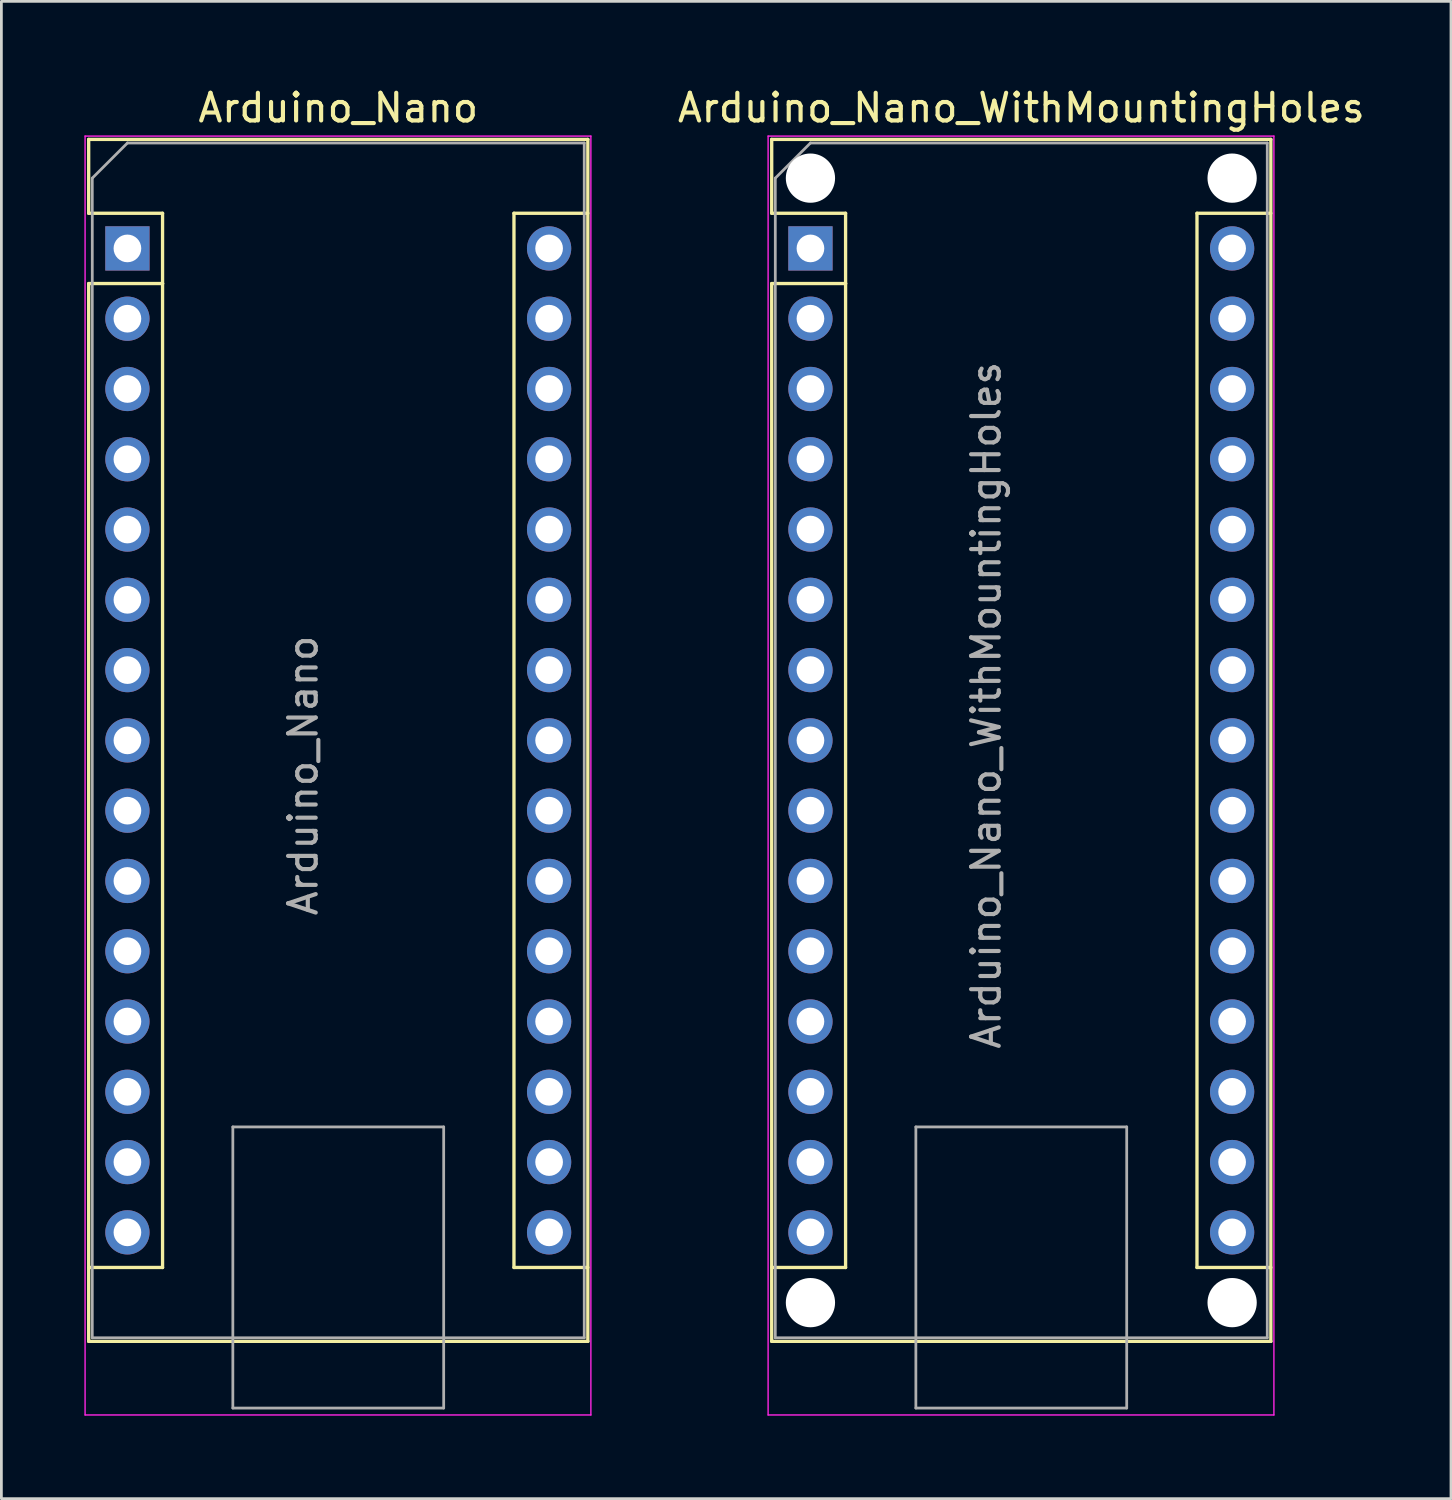
<source format=kicad_pcb>
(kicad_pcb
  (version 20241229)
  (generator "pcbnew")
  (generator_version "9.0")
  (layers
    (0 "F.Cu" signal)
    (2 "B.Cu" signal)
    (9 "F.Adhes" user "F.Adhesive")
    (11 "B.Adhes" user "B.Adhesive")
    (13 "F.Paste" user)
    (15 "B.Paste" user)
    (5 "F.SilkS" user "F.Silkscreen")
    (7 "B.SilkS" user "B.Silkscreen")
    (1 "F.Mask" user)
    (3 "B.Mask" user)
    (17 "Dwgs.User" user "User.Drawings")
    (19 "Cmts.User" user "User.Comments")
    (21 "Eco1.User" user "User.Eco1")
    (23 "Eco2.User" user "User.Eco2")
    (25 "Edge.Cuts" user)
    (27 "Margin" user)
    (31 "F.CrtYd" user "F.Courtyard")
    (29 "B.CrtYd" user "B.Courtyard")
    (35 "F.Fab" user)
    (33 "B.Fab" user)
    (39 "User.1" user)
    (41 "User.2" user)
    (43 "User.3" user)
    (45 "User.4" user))
  (footprint "Arduino_Nano"
    (layer "F.Cu")
    (at 1.555 5.928)
    (property "Reference" "Arduino_Nano" (at 7.62 -5.08 0) (layer "F.SilkS") (effects (font (size 1 1) (thickness 0.15))))
    (attr through_hole)
    (fp_line (start -1.4 -3.94) (end -1.4 -1.27) (stroke (width 0.12) (type solid)) (layer "F.SilkS"))
    (fp_line (start -1.4 1.27) (end -1.4 39.5) (stroke (width 0.12) (type solid)) (layer "F.SilkS"))
    (fp_line (start -1.4 39.5) (end 16.64 39.5) (stroke (width 0.12) (type solid)) (layer "F.SilkS"))
    (fp_line (start 1.27 -1.27) (end -1.4 -1.27) (stroke (width 0.12) (type solid)) (layer "F.SilkS"))
    (fp_line (start 1.27 1.27) (end -1.4 1.27) (stroke (width 0.12) (type solid)) (layer "F.SilkS"))
    (fp_line (start 1.27 1.27) (end 1.27 -1.27) (stroke (width 0.12) (type solid)) (layer "F.SilkS"))
    (fp_line (start 1.27 1.27) (end 1.27 36.83) (stroke (width 0.12) (type solid)) (layer "F.SilkS"))
    (fp_line (start 1.27 36.83) (end -1.4 36.83) (stroke (width 0.12) (type solid)) (layer "F.SilkS"))
    (fp_line (start 13.97 -1.27) (end 13.97 36.83) (stroke (width 0.12) (type solid)) (layer "F.SilkS"))
    (fp_line (start 13.97 -1.27) (end 16.64 -1.27) (stroke (width 0.12) (type solid)) (layer "F.SilkS"))
    (fp_line (start 13.97 36.83) (end 16.64 36.83) (stroke (width 0.12) (type solid)) (layer "F.SilkS"))
    (fp_line (start 16.64 -3.94) (end -1.4 -3.94) (stroke (width 0.12) (type solid)) (layer "F.SilkS"))
    (fp_line (start 16.64 39.5) (end 16.64 -3.94) (stroke (width 0.12) (type solid)) (layer "F.SilkS"))
    (fp_line (start -1.53 -4.06) (end -1.53 42.16) (stroke (width 0.05) (type solid)) (layer "F.CrtYd"))
    (fp_line (start -1.53 -4.06) (end 16.75 -4.06) (stroke (width 0.05) (type solid)) (layer "F.CrtYd"))
    (fp_line (start 16.75 42.16) (end -1.53 42.16) (stroke (width 0.05) (type solid)) (layer "F.CrtYd"))
    (fp_line (start 16.75 42.16) (end 16.75 -4.06) (stroke (width 0.05) (type solid)) (layer "F.CrtYd"))
    (fp_line (start -1.27 -2.54) (end 0 -3.81) (stroke (width 0.1) (type solid)) (layer "F.Fab"))
    (fp_line (start -1.27 39.37) (end -1.27 -2.54) (stroke (width 0.1) (type solid)) (layer "F.Fab"))
    (fp_line (start 0 -3.81) (end 16.51 -3.81) (stroke (width 0.1) (type solid)) (layer "F.Fab"))
    (fp_line (start 3.81 31.75) (end 11.43 31.75) (stroke (width 0.1) (type solid)) (layer "F.Fab"))
    (fp_line (start 3.81 41.91) (end 3.81 31.75) (stroke (width 0.1) (type solid)) (layer "F.Fab"))
    (fp_line (start 11.43 31.75) (end 11.43 41.91) (stroke (width 0.1) (type solid)) (layer "F.Fab"))
    (fp_line (start 11.43 41.91) (end 3.81 41.91) (stroke (width 0.1) (type solid)) (layer "F.Fab"))
    (fp_line (start 16.51 -3.81) (end 16.51 39.37) (stroke (width 0.1) (type solid)) (layer "F.Fab"))
    (fp_line (start 16.51 39.37) (end -1.27 39.37) (stroke (width 0.1) (type solid)) (layer "F.Fab"))
    (fp_text user "${REFERENCE}" (at 6.35 19.05 90) (layer "F.Fab") (effects (font (size 1 1) (thickness 0.15))))
    (pad "1" thru_hole rect (at 0 0) (size 1.6 1.6) (drill 1) (layers "*.Cu" "*.Mask"))
    (pad "2" thru_hole oval (at 0 2.54) (size 1.6 1.6) (drill 1) (layers "*.Cu" "*.Mask"))
    (pad "3" thru_hole oval (at 0 5.08) (size 1.6 1.6) (drill 1) (layers "*.Cu" "*.Mask"))
    (pad "4" thru_hole oval (at 0 7.62) (size 1.6 1.6) (drill 1) (layers "*.Cu" "*.Mask"))
    (pad "5" thru_hole oval (at 0 10.16) (size 1.6 1.6) (drill 1) (layers "*.Cu" "*.Mask"))
    (pad "6" thru_hole oval (at 0 12.7) (size 1.6 1.6) (drill 1) (layers "*.Cu" "*.Mask"))
    (pad "7" thru_hole oval (at 0 15.24) (size 1.6 1.6) (drill 1) (layers "*.Cu" "*.Mask"))
    (pad "8" thru_hole oval (at 0 17.78) (size 1.6 1.6) (drill 1) (layers "*.Cu" "*.Mask"))
    (pad "9" thru_hole oval (at 0 20.32) (size 1.6 1.6) (drill 1) (layers "*.Cu" "*.Mask"))
    (pad "10" thru_hole oval (at 0 22.86) (size 1.6 1.6) (drill 1) (layers "*.Cu" "*.Mask"))
    (pad "11" thru_hole oval (at 0 25.4) (size 1.6 1.6) (drill 1) (layers "*.Cu" "*.Mask"))
    (pad "12" thru_hole oval (at 0 27.94) (size 1.6 1.6) (drill 1) (layers "*.Cu" "*.Mask"))
    (pad "13" thru_hole oval (at 0 30.48) (size 1.6 1.6) (drill 1) (layers "*.Cu" "*.Mask"))
    (pad "14" thru_hole oval (at 0 33.02) (size 1.6 1.6) (drill 1) (layers "*.Cu" "*.Mask"))
    (pad "15" thru_hole oval (at 0 35.56) (size 1.6 1.6) (drill 1) (layers "*.Cu" "*.Mask"))
    (pad "16" thru_hole oval (at 15.24 35.56) (size 1.6 1.6) (drill 1) (layers "*.Cu" "*.Mask"))
    (pad "17" thru_hole oval (at 15.24 33.02) (size 1.6 1.6) (drill 1) (layers "*.Cu" "*.Mask"))
    (pad "18" thru_hole oval (at 15.24 30.48) (size 1.6 1.6) (drill 1) (layers "*.Cu" "*.Mask"))
    (pad "19" thru_hole oval (at 15.24 27.94) (size 1.6 1.6) (drill 1) (layers "*.Cu" "*.Mask"))
    (pad "20" thru_hole oval (at 15.24 25.4) (size 1.6 1.6) (drill 1) (layers "*.Cu" "*.Mask"))
    (pad "21" thru_hole oval (at 15.24 22.86) (size 1.6 1.6) (drill 1) (layers "*.Cu" "*.Mask"))
    (pad "22" thru_hole oval (at 15.24 20.32) (size 1.6 1.6) (drill 1) (layers "*.Cu" "*.Mask"))
    (pad "23" thru_hole oval (at 15.24 17.78) (size 1.6 1.6) (drill 1) (layers "*.Cu" "*.Mask"))
    (pad "24" thru_hole oval (at 15.24 15.24) (size 1.6 1.6) (drill 1) (layers "*.Cu" "*.Mask"))
    (pad "25" thru_hole oval (at 15.24 12.7) (size 1.6 1.6) (drill 1) (layers "*.Cu" "*.Mask"))
    (pad "26" thru_hole oval (at 15.24 10.16) (size 1.6 1.6) (drill 1) (layers "*.Cu" "*.Mask"))
    (pad "27" thru_hole oval (at 15.24 7.62) (size 1.6 1.6) (drill 1) (layers "*.Cu" "*.Mask"))
    (pad "28" thru_hole oval (at 15.24 5.08) (size 1.6 1.6) (drill 1) (layers "*.Cu" "*.Mask"))
    (pad "29" thru_hole oval (at 15.24 2.54) (size 1.6 1.6) (drill 1) (layers "*.Cu" "*.Mask"))
    (pad "30" thru_hole oval (at 15.24 0) (size 1.6 1.6) (drill 1) (layers "*.Cu" "*.Mask")))
  (footprint "Arduino_Nano_WithMountingHoles"
    (layer "F.Cu")
    (at 26.24 5.928)
    (property "Reference" "Arduino_Nano_WithMountingHoles" (at 7.62 -5.08 0) (layer "F.SilkS") (effects (font (size 1 1) (thickness 0.15))))
    (attr through_hole)
    (fp_line (start -1.4 -3.94) (end -1.4 -1.27) (stroke (width 0.12) (type solid)) (layer "F.SilkS"))
    (fp_line (start -1.4 1.27) (end -1.4 39.5) (stroke (width 0.12) (type solid)) (layer "F.SilkS"))
    (fp_line (start -1.4 39.5) (end 16.64 39.5) (stroke (width 0.12) (type solid)) (layer "F.SilkS"))
    (fp_line (start 1.27 -1.27) (end -1.4 -1.27) (stroke (width 0.12) (type solid)) (layer "F.SilkS"))
    (fp_line (start 1.27 1.27) (end -1.4 1.27) (stroke (width 0.12) (type solid)) (layer "F.SilkS"))
    (fp_line (start 1.27 1.27) (end 1.27 -1.27) (stroke (width 0.12) (type solid)) (layer "F.SilkS"))
    (fp_line (start 1.27 1.27) (end 1.27 36.83) (stroke (width 0.12) (type solid)) (layer "F.SilkS"))
    (fp_line (start 1.27 36.83) (end -1.4 36.83) (stroke (width 0.12) (type solid)) (layer "F.SilkS"))
    (fp_line (start 13.97 -1.27) (end 13.97 36.83) (stroke (width 0.12) (type solid)) (layer "F.SilkS"))
    (fp_line (start 13.97 -1.27) (end 16.64 -1.27) (stroke (width 0.12) (type solid)) (layer "F.SilkS"))
    (fp_line (start 13.97 36.83) (end 16.64 36.83) (stroke (width 0.12) (type solid)) (layer "F.SilkS"))
    (fp_line (start 16.64 -3.94) (end -1.4 -3.94) (stroke (width 0.12) (type solid)) (layer "F.SilkS"))
    (fp_line (start 16.64 39.5) (end 16.64 -3.94) (stroke (width 0.12) (type solid)) (layer "F.SilkS"))
    (fp_line (start -1.53 -4.06) (end -1.53 42.16) (stroke (width 0.05) (type solid)) (layer "F.CrtYd"))
    (fp_line (start -1.53 -4.06) (end 16.75 -4.06) (stroke (width 0.05) (type solid)) (layer "F.CrtYd"))
    (fp_line (start 16.75 42.16) (end -1.53 42.16) (stroke (width 0.05) (type solid)) (layer "F.CrtYd"))
    (fp_line (start 16.75 42.16) (end 16.75 -4.06) (stroke (width 0.05) (type solid)) (layer "F.CrtYd"))
    (fp_line (start -1.27 -2.54) (end 0 -3.81) (stroke (width 0.1) (type solid)) (layer "F.Fab"))
    (fp_line (start -1.27 39.37) (end -1.27 -2.54) (stroke (width 0.1) (type solid)) (layer "F.Fab"))
    (fp_line (start 0 -3.81) (end 16.51 -3.81) (stroke (width 0.1) (type solid)) (layer "F.Fab"))
    (fp_line (start 3.81 31.75) (end 11.43 31.75) (stroke (width 0.1) (type solid)) (layer "F.Fab"))
    (fp_line (start 3.81 41.91) (end 3.81 31.75) (stroke (width 0.1) (type solid)) (layer "F.Fab"))
    (fp_line (start 11.43 31.75) (end 11.43 41.91) (stroke (width 0.1) (type solid)) (layer "F.Fab"))
    (fp_line (start 11.43 41.91) (end 3.81 41.91) (stroke (width 0.1) (type solid)) (layer "F.Fab"))
    (fp_line (start 16.51 -3.81) (end 16.51 39.37) (stroke (width 0.1) (type solid)) (layer "F.Fab"))
    (fp_line (start 16.51 39.37) (end -1.27 39.37) (stroke (width 0.1) (type solid)) (layer "F.Fab"))
    (fp_text user "${REFERENCE}" (at 6.35 16.51 90) (layer "F.Fab") (effects (font (size 1 1) (thickness 0.15))))
    (pad "" np_thru_hole circle (at 0 -2.54) (size 1.78 1.78) (drill 1.78) (layers "*.Cu" "*.Mask"))
    (pad "" np_thru_hole circle (at 0 38.1) (size 1.78 1.78) (drill 1.78) (layers "*.Cu" "*.Mask"))
    (pad "" np_thru_hole circle (at 15.24 -2.54) (size 1.78 1.78) (drill 1.78) (layers "*.Cu" "*.Mask"))
    (pad "" np_thru_hole circle (at 15.24 38.1) (size 1.78 1.78) (drill 1.78) (layers "*.Cu" "*.Mask"))
    (pad "1" thru_hole rect (at 0 0) (size 1.6 1.6) (drill 1) (layers "*.Cu" "*.Mask"))
    (pad "2" thru_hole oval (at 0 2.54) (size 1.6 1.6) (drill 1) (layers "*.Cu" "*.Mask"))
    (pad "3" thru_hole oval (at 0 5.08) (size 1.6 1.6) (drill 1) (layers "*.Cu" "*.Mask"))
    (pad "4" thru_hole oval (at 0 7.62) (size 1.6 1.6) (drill 1) (layers "*.Cu" "*.Mask"))
    (pad "5" thru_hole oval (at 0 10.16) (size 1.6 1.6) (drill 1) (layers "*.Cu" "*.Mask"))
    (pad "6" thru_hole oval (at 0 12.7) (size 1.6 1.6) (drill 1) (layers "*.Cu" "*.Mask"))
    (pad "7" thru_hole oval (at 0 15.24) (size 1.6 1.6) (drill 1) (layers "*.Cu" "*.Mask"))
    (pad "8" thru_hole oval (at 0 17.78) (size 1.6 1.6) (drill 1) (layers "*.Cu" "*.Mask"))
    (pad "9" thru_hole oval (at 0 20.32) (size 1.6 1.6) (drill 1) (layers "*.Cu" "*.Mask"))
    (pad "10" thru_hole oval (at 0 22.86) (size 1.6 1.6) (drill 1) (layers "*.Cu" "*.Mask"))
    (pad "11" thru_hole oval (at 0 25.4) (size 1.6 1.6) (drill 1) (layers "*.Cu" "*.Mask"))
    (pad "12" thru_hole oval (at 0 27.94) (size 1.6 1.6) (drill 1) (layers "*.Cu" "*.Mask"))
    (pad "13" thru_hole oval (at 0 30.48) (size 1.6 1.6) (drill 1) (layers "*.Cu" "*.Mask"))
    (pad "14" thru_hole oval (at 0 33.02) (size 1.6 1.6) (drill 1) (layers "*.Cu" "*.Mask"))
    (pad "15" thru_hole oval (at 0 35.56) (size 1.6 1.6) (drill 1) (layers "*.Cu" "*.Mask"))
    (pad "16" thru_hole oval (at 15.24 35.56) (size 1.6 1.6) (drill 1) (layers "*.Cu" "*.Mask"))
    (pad "17" thru_hole oval (at 15.24 33.02) (size 1.6 1.6) (drill 1) (layers "*.Cu" "*.Mask"))
    (pad "18" thru_hole oval (at 15.24 30.48) (size 1.6 1.6) (drill 1) (layers "*.Cu" "*.Mask"))
    (pad "19" thru_hole oval (at 15.24 27.94) (size 1.6 1.6) (drill 1) (layers "*.Cu" "*.Mask"))
    (pad "20" thru_hole oval (at 15.24 25.4) (size 1.6 1.6) (drill 1) (layers "*.Cu" "*.Mask"))
    (pad "21" thru_hole oval (at 15.24 22.86) (size 1.6 1.6) (drill 1) (layers "*.Cu" "*.Mask"))
    (pad "22" thru_hole oval (at 15.24 20.32) (size 1.6 1.6) (drill 1) (layers "*.Cu" "*.Mask"))
    (pad "23" thru_hole oval (at 15.24 17.78) (size 1.6 1.6) (drill 1) (layers "*.Cu" "*.Mask"))
    (pad "24" thru_hole oval (at 15.24 15.24) (size 1.6 1.6) (drill 1) (layers "*.Cu" "*.Mask"))
    (pad "25" thru_hole oval (at 15.24 12.7) (size 1.6 1.6) (drill 1) (layers "*.Cu" "*.Mask"))
    (pad "26" thru_hole oval (at 15.24 10.16) (size 1.6 1.6) (drill 1) (layers "*.Cu" "*.Mask"))
    (pad "27" thru_hole oval (at 15.24 7.62) (size 1.6 1.6) (drill 1) (layers "*.Cu" "*.Mask"))
    (pad "28" thru_hole oval (at 15.24 5.08) (size 1.6 1.6) (drill 1) (layers "*.Cu" "*.Mask"))
    (pad "29" thru_hole oval (at 15.24 2.54) (size 1.6 1.6) (drill 1) (layers "*.Cu" "*.Mask"))
    (pad "30" thru_hole oval (at 15.24 0) (size 1.6 1.6) (drill 1) (layers "*.Cu" "*.Mask")))
  (gr_rect
    (start -3 -3)
    (end 49.39 51.113)
    (stroke (width 0.1) (type default))
    (fill no)
    (layer "Edge.Cuts")))
</source>
